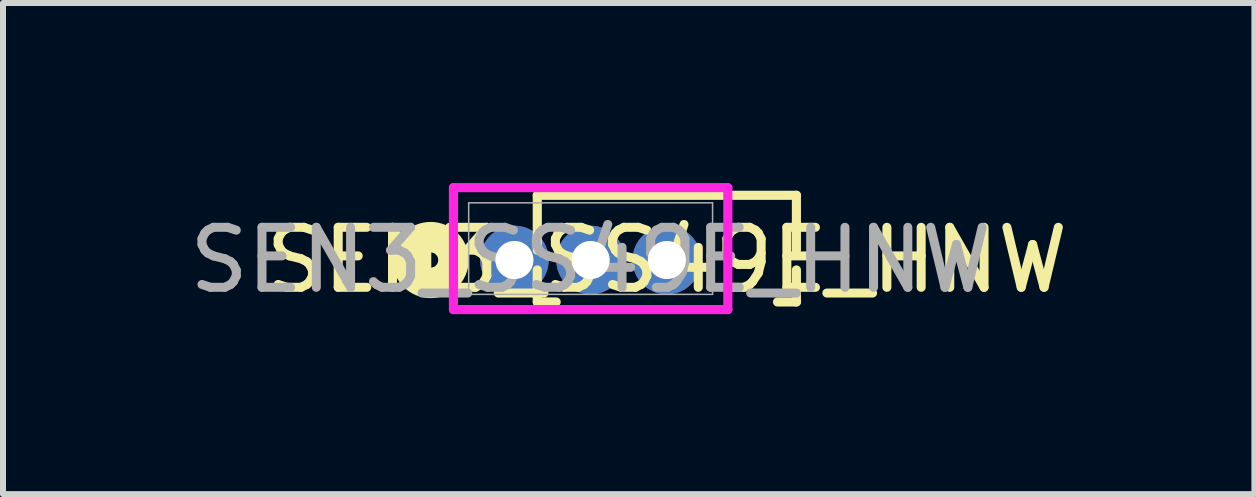
<source format=kicad_pcb>
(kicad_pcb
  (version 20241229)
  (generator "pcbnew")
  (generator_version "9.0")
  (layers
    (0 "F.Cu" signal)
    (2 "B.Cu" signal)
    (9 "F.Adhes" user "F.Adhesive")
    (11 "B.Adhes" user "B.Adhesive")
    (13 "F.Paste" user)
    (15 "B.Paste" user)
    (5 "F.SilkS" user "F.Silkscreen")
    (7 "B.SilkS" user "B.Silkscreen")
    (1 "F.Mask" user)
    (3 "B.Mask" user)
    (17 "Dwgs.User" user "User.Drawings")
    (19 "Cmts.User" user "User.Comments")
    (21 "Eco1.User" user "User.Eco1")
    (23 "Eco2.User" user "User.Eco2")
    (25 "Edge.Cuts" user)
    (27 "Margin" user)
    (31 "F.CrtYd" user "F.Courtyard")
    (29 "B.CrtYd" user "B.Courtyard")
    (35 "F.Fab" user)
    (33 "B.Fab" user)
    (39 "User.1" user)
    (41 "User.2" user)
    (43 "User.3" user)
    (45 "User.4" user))
  (footprint "SEN3_SS49E_HNW"
    (layer "F.Cu")
    (at 6.792 1.283)
    (property "Reference" "SEN3_SS49E_HNW" (at 1.27 0 0) (unlocked yes) (layer "F.SilkS") (effects (font (size 1 1) (thickness 0.15))))
    (attr through_hole)
    (fp_line (start -0.889 -1.079) (end -0.889 -0.165) (stroke (width 0.152) (type solid)) (layer "F.SilkS"))
    (fp_line (start -0.889 0.165) (end -0.889 0.699) (stroke (width 0.152) (type solid)) (layer "F.SilkS"))
    (fp_line (start -0.889 0.699) (end -0.574 0.699) (stroke (width 0.152) (type solid)) (layer "F.SilkS"))
    (fp_line (start 3.114 0.699) (end 3.429 0.699) (stroke (width 0.152) (type solid)) (layer "F.SilkS"))
    (fp_line (start 3.429 -1.079) (end -0.889 -1.079) (stroke (width 0.152) (type solid)) (layer "F.SilkS"))
    (fp_line (start 3.429 -0.165) (end 3.429 -1.079) (stroke (width 0.152) (type solid)) (layer "F.SilkS"))
    (fp_line (start 3.429 0.699) (end 3.429 0.165) (stroke (width 0.152) (type solid)) (layer "F.SilkS"))
    (fp_circle (center -2.667 0) (end -2.286 0) (stroke (width 0.508) (type solid)) (fill no) (layer "F.SilkS"))
    (fp_line (start -2.286 -1.206) (end -2.286 0.826) (stroke (width 0.152) (type solid)) (layer "F.CrtYd"))
    (fp_line (start -2.286 0.826) (end 2.286 0.826) (stroke (width 0.152) (type solid)) (layer "F.CrtYd"))
    (fp_line (start 2.286 -1.206) (end -2.286 -1.206) (stroke (width 0.152) (type solid)) (layer "F.CrtYd"))
    (fp_line (start 2.286 0.826) (end 2.286 -1.206) (stroke (width 0.152) (type solid)) (layer "F.CrtYd"))
    (fp_line (start -2.032 -0.953) (end -2.032 0.572) (stroke (width 0.025) (type solid)) (layer "F.Fab"))
    (fp_line (start -2.032 0.572) (end 2.032 0.572) (stroke (width 0.025) (type solid)) (layer "F.Fab"))
    (fp_line (start 2.032 -0.953) (end -2.032 -0.953) (stroke (width 0.025) (type solid)) (layer "F.Fab"))
    (fp_line (start 2.032 0.572) (end 2.032 -0.953) (stroke (width 0.025) (type solid)) (layer "F.Fab"))
    (fp_text user "${REFERENCE}" (at 0 0 0) (unlocked yes) (layer "F.Fab") (effects (font (size 1 1) (thickness 0.15))))
    (pad "1" thru_hole circle (at -1.27 0) (size 1.143 1.143) (drill 0.635) (layers "*.Cu" "*.Mask"))
    (pad "2" thru_hole circle (at 0 0) (size 1.143 1.143) (drill 0.635) (layers "*.Cu" "*.Mask"))
    (pad "3" thru_hole circle (at 1.27 0) (size 1.143 1.143) (drill 0.635) (layers "*.Cu" "*.Mask")))
  (gr_rect
    (start -3 -3)
    (end 17.853 5.184)
    (stroke (width 0.1) (type default))
    (fill no)
    (layer "Edge.Cuts")))
</source>
